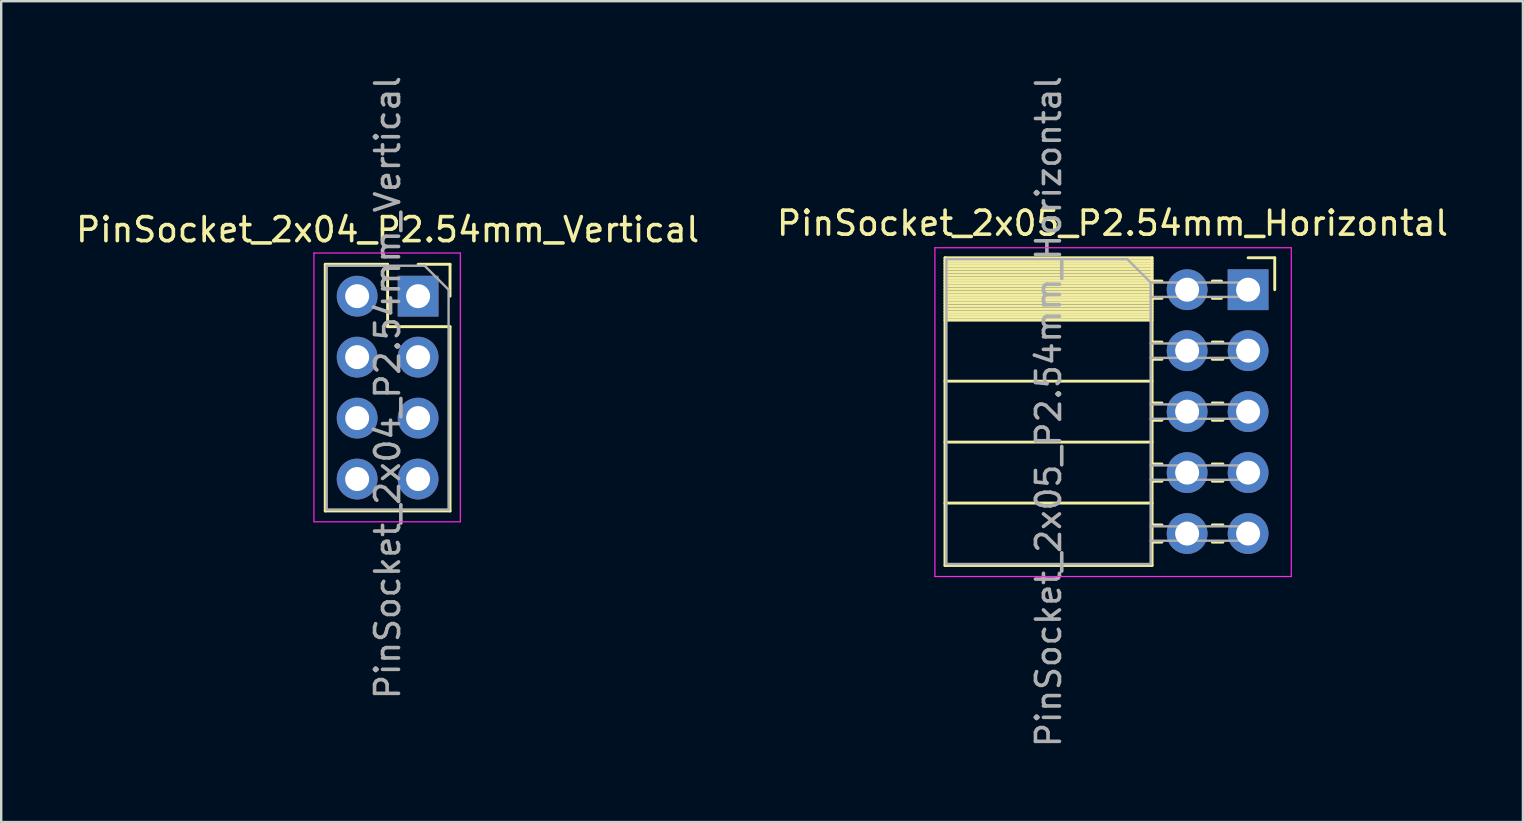
<source format=kicad_pcb>
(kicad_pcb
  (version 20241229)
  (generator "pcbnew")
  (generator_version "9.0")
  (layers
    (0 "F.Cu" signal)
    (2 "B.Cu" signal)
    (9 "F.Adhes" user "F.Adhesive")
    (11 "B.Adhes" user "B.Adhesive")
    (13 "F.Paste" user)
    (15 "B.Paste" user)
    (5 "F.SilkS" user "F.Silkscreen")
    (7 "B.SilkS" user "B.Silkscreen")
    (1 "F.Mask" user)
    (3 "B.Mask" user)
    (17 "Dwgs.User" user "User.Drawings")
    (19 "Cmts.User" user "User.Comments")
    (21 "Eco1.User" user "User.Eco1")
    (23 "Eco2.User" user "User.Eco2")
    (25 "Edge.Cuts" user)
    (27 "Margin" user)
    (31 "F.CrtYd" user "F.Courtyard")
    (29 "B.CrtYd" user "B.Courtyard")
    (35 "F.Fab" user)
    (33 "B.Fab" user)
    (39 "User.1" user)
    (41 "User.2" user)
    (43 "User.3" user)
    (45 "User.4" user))
  (footprint "PinSocket_2x05_P2.54mm_Horizontal"
    (layer "F.Cu")
    (at 48.954 9.021)
    (property "Reference" "PinSocket_2x05_P2.54mm_Horizontal" (at -5.65 -2.77 0) (layer "F.SilkS") (effects (font (size 1 1) (thickness 0.15))))
    (attr through_hole)
    (fp_line (start -12.63 -1.33) (end -12.63 11.49) (stroke (width 0.12) (type solid)) (layer "F.SilkS"))
    (fp_line (start -12.63 -1.33) (end -4 -1.33) (stroke (width 0.12) (type solid)) (layer "F.SilkS"))
    (fp_line (start -12.63 -1.21) (end -4 -1.21) (stroke (width 0.12) (type solid)) (layer "F.SilkS"))
    (fp_line (start -12.63 -1.092) (end -4 -1.092) (stroke (width 0.12) (type solid)) (layer "F.SilkS"))
    (fp_line (start -12.63 -0.974) (end -4 -0.974) (stroke (width 0.12) (type solid)) (layer "F.SilkS"))
    (fp_line (start -12.63 -0.856) (end -4 -0.856) (stroke (width 0.12) (type solid)) (layer "F.SilkS"))
    (fp_line (start -12.63 -0.738) (end -4 -0.738) (stroke (width 0.12) (type solid)) (layer "F.SilkS"))
    (fp_line (start -12.63 -0.62) (end -4 -0.62) (stroke (width 0.12) (type solid)) (layer "F.SilkS"))
    (fp_line (start -12.63 -0.501) (end -4 -0.501) (stroke (width 0.12) (type solid)) (layer "F.SilkS"))
    (fp_line (start -12.63 -0.383) (end -4 -0.383) (stroke (width 0.12) (type solid)) (layer "F.SilkS"))
    (fp_line (start -12.63 -0.265) (end -4 -0.265) (stroke (width 0.12) (type solid)) (layer "F.SilkS"))
    (fp_line (start -12.63 -0.147) (end -4 -0.147) (stroke (width 0.12) (type solid)) (layer "F.SilkS"))
    (fp_line (start -12.63 -0.029) (end -4 -0.029) (stroke (width 0.12) (type solid)) (layer "F.SilkS"))
    (fp_line (start -12.63 0.089) (end -4 0.089) (stroke (width 0.12) (type solid)) (layer "F.SilkS"))
    (fp_line (start -12.63 0.207) (end -4 0.207) (stroke (width 0.12) (type solid)) (layer "F.SilkS"))
    (fp_line (start -12.63 0.325) (end -4 0.325) (stroke (width 0.12) (type solid)) (layer "F.SilkS"))
    (fp_line (start -12.63 0.443) (end -4 0.443) (stroke (width 0.12) (type solid)) (layer "F.SilkS"))
    (fp_line (start -12.63 0.561) (end -4 0.561) (stroke (width 0.12) (type solid)) (layer "F.SilkS"))
    (fp_line (start -12.63 0.68) (end -4 0.68) (stroke (width 0.12) (type solid)) (layer "F.SilkS"))
    (fp_line (start -12.63 0.798) (end -4 0.798) (stroke (width 0.12) (type solid)) (layer "F.SilkS"))
    (fp_line (start -12.63 0.916) (end -4 0.916) (stroke (width 0.12) (type solid)) (layer "F.SilkS"))
    (fp_line (start -12.63 1.034) (end -4 1.034) (stroke (width 0.12) (type solid)) (layer "F.SilkS"))
    (fp_line (start -12.63 1.152) (end -4 1.152) (stroke (width 0.12) (type solid)) (layer "F.SilkS"))
    (fp_line (start -12.63 1.27) (end -4 1.27) (stroke (width 0.12) (type solid)) (layer "F.SilkS"))
    (fp_line (start -12.63 3.81) (end -4 3.81) (stroke (width 0.12) (type solid)) (layer "F.SilkS"))
    (fp_line (start -12.63 6.35) (end -4 6.35) (stroke (width 0.12) (type solid)) (layer "F.SilkS"))
    (fp_line (start -12.63 8.89) (end -4 8.89) (stroke (width 0.12) (type solid)) (layer "F.SilkS"))
    (fp_line (start -12.63 11.49) (end -4 11.49) (stroke (width 0.12) (type solid)) (layer "F.SilkS"))
    (fp_line (start -4 -1.33) (end -4 11.49) (stroke (width 0.12) (type solid)) (layer "F.SilkS"))
    (fp_line (start -4 -0.36) (end -3.59 -0.36) (stroke (width 0.12) (type solid)) (layer "F.SilkS"))
    (fp_line (start -4 0.36) (end -3.59 0.36) (stroke (width 0.12) (type solid)) (layer "F.SilkS"))
    (fp_line (start -4 2.18) (end -3.59 2.18) (stroke (width 0.12) (type solid)) (layer "F.SilkS"))
    (fp_line (start -4 2.9) (end -3.59 2.9) (stroke (width 0.12) (type solid)) (layer "F.SilkS"))
    (fp_line (start -4 4.72) (end -3.59 4.72) (stroke (width 0.12) (type solid)) (layer "F.SilkS"))
    (fp_line (start -4 5.44) (end -3.59 5.44) (stroke (width 0.12) (type solid)) (layer "F.SilkS"))
    (fp_line (start -4 7.26) (end -3.59 7.26) (stroke (width 0.12) (type solid)) (layer "F.SilkS"))
    (fp_line (start -4 7.98) (end -3.59 7.98) (stroke (width 0.12) (type solid)) (layer "F.SilkS"))
    (fp_line (start -4 9.8) (end -3.59 9.8) (stroke (width 0.12) (type solid)) (layer "F.SilkS"))
    (fp_line (start -4 10.52) (end -3.59 10.52) (stroke (width 0.12) (type solid)) (layer "F.SilkS"))
    (fp_line (start -1.49 -0.36) (end -1.11 -0.36) (stroke (width 0.12) (type solid)) (layer "F.SilkS"))
    (fp_line (start -1.49 0.36) (end -1.11 0.36) (stroke (width 0.12) (type solid)) (layer "F.SilkS"))
    (fp_line (start -1.49 2.18) (end -1.05 2.18) (stroke (width 0.12) (type solid)) (layer "F.SilkS"))
    (fp_line (start -1.49 2.9) (end -1.05 2.9) (stroke (width 0.12) (type solid)) (layer "F.SilkS"))
    (fp_line (start -1.49 4.72) (end -1.05 4.72) (stroke (width 0.12) (type solid)) (layer "F.SilkS"))
    (fp_line (start -1.49 5.44) (end -1.05 5.44) (stroke (width 0.12) (type solid)) (layer "F.SilkS"))
    (fp_line (start -1.49 7.26) (end -1.05 7.26) (stroke (width 0.12) (type solid)) (layer "F.SilkS"))
    (fp_line (start -1.49 7.98) (end -1.05 7.98) (stroke (width 0.12) (type solid)) (layer "F.SilkS"))
    (fp_line (start -1.49 9.8) (end -1.05 9.8) (stroke (width 0.12) (type solid)) (layer "F.SilkS"))
    (fp_line (start -1.49 10.52) (end -1.05 10.52) (stroke (width 0.12) (type solid)) (layer "F.SilkS"))
    (fp_line (start 0 -1.33) (end 1.11 -1.33) (stroke (width 0.12) (type solid)) (layer "F.SilkS"))
    (fp_line (start 1.11 -1.33) (end 1.11 0) (stroke (width 0.12) (type solid)) (layer "F.SilkS"))
    (fp_line (start -13.05 -1.75) (end -13.05 11.95) (stroke (width 0.05) (type solid)) (layer "F.CrtYd"))
    (fp_line (start -13.05 11.95) (end 1.8 11.95) (stroke (width 0.05) (type solid)) (layer "F.CrtYd"))
    (fp_line (start 1.8 -1.75) (end -13.05 -1.75) (stroke (width 0.05) (type solid)) (layer "F.CrtYd"))
    (fp_line (start 1.8 11.95) (end 1.8 -1.75) (stroke (width 0.05) (type solid)) (layer "F.CrtYd"))
    (fp_line (start -12.57 -1.27) (end -5.03 -1.27) (stroke (width 0.1) (type solid)) (layer "F.Fab"))
    (fp_line (start -12.57 11.43) (end -12.57 -1.27) (stroke (width 0.1) (type solid)) (layer "F.Fab"))
    (fp_line (start -5.03 -1.27) (end -4.06 -0.3) (stroke (width 0.1) (type solid)) (layer "F.Fab"))
    (fp_line (start -4.06 -0.3) (end -4.06 11.43) (stroke (width 0.1) (type solid)) (layer "F.Fab"))
    (fp_line (start -4.06 0.3) (end 0 0.3) (stroke (width 0.1) (type solid)) (layer "F.Fab"))
    (fp_line (start -4.06 2.84) (end 0 2.84) (stroke (width 0.1) (type solid)) (layer "F.Fab"))
    (fp_line (start -4.06 5.38) (end 0 5.38) (stroke (width 0.1) (type solid)) (layer "F.Fab"))
    (fp_line (start -4.06 7.92) (end 0 7.92) (stroke (width 0.1) (type solid)) (layer "F.Fab"))
    (fp_line (start -4.06 10.46) (end 0 10.46) (stroke (width 0.1) (type solid)) (layer "F.Fab"))
    (fp_line (start -4.06 11.43) (end -12.57 11.43) (stroke (width 0.1) (type solid)) (layer "F.Fab"))
    (fp_line (start 0 -0.3) (end -4.06 -0.3) (stroke (width 0.1) (type solid)) (layer "F.Fab"))
    (fp_line (start 0 0.3) (end 0 -0.3) (stroke (width 0.1) (type solid)) (layer "F.Fab"))
    (fp_line (start 0 2.24) (end -4.06 2.24) (stroke (width 0.1) (type solid)) (layer "F.Fab"))
    (fp_line (start 0 2.84) (end 0 2.24) (stroke (width 0.1) (type solid)) (layer "F.Fab"))
    (fp_line (start 0 4.78) (end -4.06 4.78) (stroke (width 0.1) (type solid)) (layer "F.Fab"))
    (fp_line (start 0 5.38) (end 0 4.78) (stroke (width 0.1) (type solid)) (layer "F.Fab"))
    (fp_line (start 0 7.32) (end -4.06 7.32) (stroke (width 0.1) (type solid)) (layer "F.Fab"))
    (fp_line (start 0 7.92) (end 0 7.32) (stroke (width 0.1) (type solid)) (layer "F.Fab"))
    (fp_line (start 0 9.86) (end -4.06 9.86) (stroke (width 0.1) (type solid)) (layer "F.Fab"))
    (fp_line (start 0 10.46) (end 0 9.86) (stroke (width 0.1) (type solid)) (layer "F.Fab"))
    (fp_text user "${REFERENCE}" (at -8.315 5.08 90) (layer "F.Fab") (effects (font (size 1 1) (thickness 0.15))))
    (pad "1" thru_hole rect (at 0 0) (size 1.7 1.7) (drill 1) (layers "*.Cu" "*.Mask"))
    (pad "2" thru_hole circle (at -2.54 0) (size 1.7 1.7) (drill 1) (layers "*.Cu" "*.Mask"))
    (pad "3" thru_hole circle (at 0 2.54) (size 1.7 1.7) (drill 1) (layers "*.Cu" "*.Mask"))
    (pad "4" thru_hole circle (at -2.54 2.54) (size 1.7 1.7) (drill 1) (layers "*.Cu" "*.Mask"))
    (pad "5" thru_hole circle (at 0 5.08) (size 1.7 1.7) (drill 1) (layers "*.Cu" "*.Mask"))
    (pad "6" thru_hole circle (at -2.54 5.08) (size 1.7 1.7) (drill 1) (layers "*.Cu" "*.Mask"))
    (pad "7" thru_hole circle (at 0 7.62) (size 1.7 1.7) (drill 1) (layers "*.Cu" "*.Mask"))
    (pad "8" thru_hole circle (at -2.54 7.62) (size 1.7 1.7) (drill 1) (layers "*.Cu" "*.Mask"))
    (pad "9" thru_hole circle (at 0 10.16) (size 1.7 1.7) (drill 1) (layers "*.Cu" "*.Mask"))
    (pad "10" thru_hole circle (at -2.54 10.16) (size 1.7 1.7) (drill 1) (layers "*.Cu" "*.Mask")))
  (footprint "PinSocket_2x04_P2.54mm_Vertical"
    (layer "F.Cu")
    (at 14.371 9.291)
    (property "Reference" "PinSocket_2x04_P2.54mm_Vertical" (at -1.27 -2.77 0) (layer "F.SilkS") (effects (font (size 1 1) (thickness 0.15))))
    (attr through_hole)
    (fp_line (start -3.87 -1.33) (end -3.87 8.95) (stroke (width 0.12) (type solid)) (layer "F.SilkS"))
    (fp_line (start -3.87 -1.33) (end -1.27 -1.33) (stroke (width 0.12) (type solid)) (layer "F.SilkS"))
    (fp_line (start -3.87 8.95) (end 1.33 8.95) (stroke (width 0.12) (type solid)) (layer "F.SilkS"))
    (fp_line (start -1.27 -1.33) (end -1.27 1.27) (stroke (width 0.12) (type solid)) (layer "F.SilkS"))
    (fp_line (start -1.27 1.27) (end 1.33 1.27) (stroke (width 0.12) (type solid)) (layer "F.SilkS"))
    (fp_line (start 0 -1.33) (end 1.33 -1.33) (stroke (width 0.12) (type solid)) (layer "F.SilkS"))
    (fp_line (start 1.33 -1.33) (end 1.33 0) (stroke (width 0.12) (type solid)) (layer "F.SilkS"))
    (fp_line (start 1.33 1.27) (end 1.33 8.95) (stroke (width 0.12) (type solid)) (layer "F.SilkS"))
    (fp_line (start -4.34 -1.8) (end 1.76 -1.8) (stroke (width 0.05) (type solid)) (layer "F.CrtYd"))
    (fp_line (start -4.34 9.4) (end -4.34 -1.8) (stroke (width 0.05) (type solid)) (layer "F.CrtYd"))
    (fp_line (start 1.76 -1.8) (end 1.76 9.4) (stroke (width 0.05) (type solid)) (layer "F.CrtYd"))
    (fp_line (start 1.76 9.4) (end -4.34 9.4) (stroke (width 0.05) (type solid)) (layer "F.CrtYd"))
    (fp_line (start -3.81 -1.27) (end 0.27 -1.27) (stroke (width 0.1) (type solid)) (layer "F.Fab"))
    (fp_line (start -3.81 8.89) (end -3.81 -1.27) (stroke (width 0.1) (type solid)) (layer "F.Fab"))
    (fp_line (start 0.27 -1.27) (end 1.27 -0.27) (stroke (width 0.1) (type solid)) (layer "F.Fab"))
    (fp_line (start 1.27 -0.27) (end 1.27 8.89) (stroke (width 0.1) (type solid)) (layer "F.Fab"))
    (fp_line (start 1.27 8.89) (end -3.81 8.89) (stroke (width 0.1) (type solid)) (layer "F.Fab"))
    (fp_text user "${REFERENCE}" (at -1.27 3.81 90) (layer "F.Fab") (effects (font (size 1 1) (thickness 0.15))))
    (pad "1" thru_hole rect (at 0 0) (size 1.7 1.7) (drill 1) (layers "*.Cu" "*.Mask"))
    (pad "2" thru_hole circle (at -2.54 0) (size 1.7 1.7) (drill 1) (layers "*.Cu" "*.Mask"))
    (pad "3" thru_hole circle (at 0 2.54) (size 1.7 1.7) (drill 1) (layers "*.Cu" "*.Mask"))
    (pad "4" thru_hole circle (at -2.54 2.54) (size 1.7 1.7) (drill 1) (layers "*.Cu" "*.Mask"))
    (pad "5" thru_hole circle (at 0 5.08) (size 1.7 1.7) (drill 1) (layers "*.Cu" "*.Mask"))
    (pad "6" thru_hole circle (at -2.54 5.08) (size 1.7 1.7) (drill 1) (layers "*.Cu" "*.Mask"))
    (pad "7" thru_hole circle (at 0 7.62) (size 1.7 1.7) (drill 1) (layers "*.Cu" "*.Mask"))
    (pad "8" thru_hole circle (at -2.54 7.62) (size 1.7 1.7) (drill 1) (layers "*.Cu" "*.Mask")))
  (gr_rect
    (start -3 -3)
    (end 60.405 31.202)
    (stroke (width 0.1) (type default))
    (fill no)
    (layer "Edge.Cuts")))
</source>
